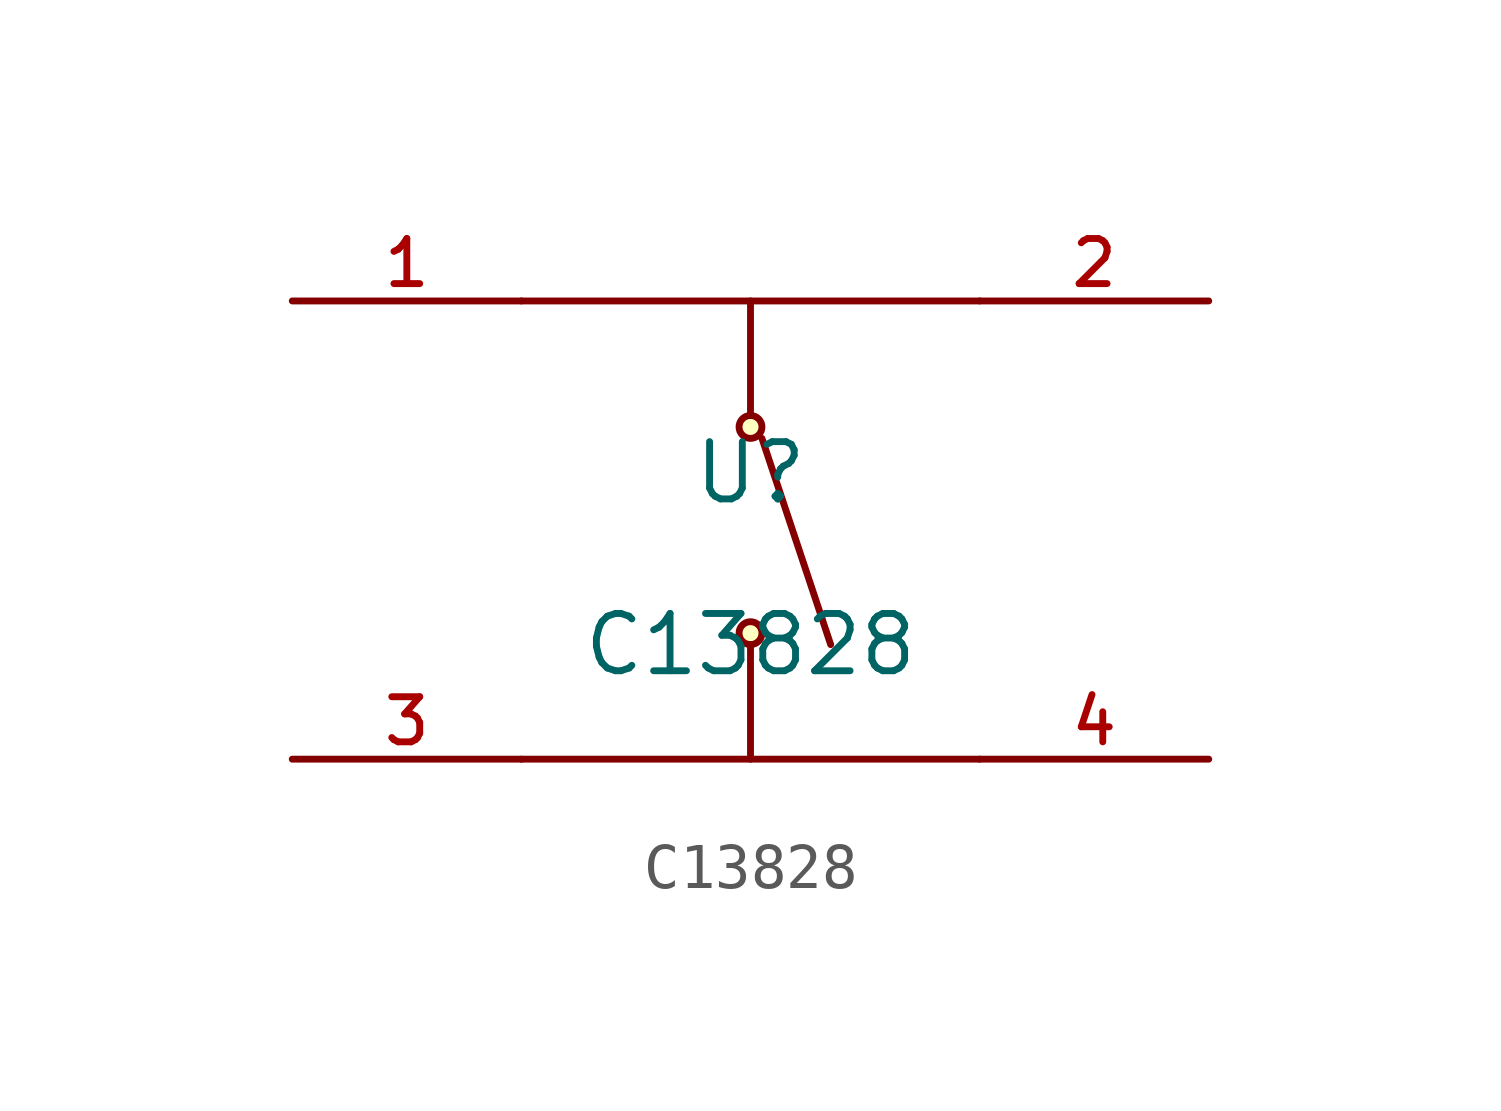
<source format=kicad_sym>
(kicad_symbol_lib
  (version 20210201)
  (generator TousstNicolas/JLC2KiCad_lib)
  (symbol "C13828"
    (pin_names hide)
    (property "Reference" "U"
      (at 0 1.27 0)
      (effects (font (size 1.27 1.27))))
    (property "Value" "C13828"
      (at 0 -2.54 0)
      (effects (font (size 1.27 1.27))))
    (symbol "C13828_0_1"
      (polyline (pts (xy 0.254 2.032) (xy 1.778 -2.54)) (stroke (width 0) (type default) (color 0 0 0 0)) (fill (type none)))
      (circle (center 0.0 2.286) (radius 0.254) (stroke (width 0) (type default) (color 0 0 0 0)) (fill (type background)))
      (circle (center 0.0 -2.286) (radius 0.254) (stroke (width 0) (type default) (color 0 0 0 0)) (fill (type background)))
      (polyline (pts (xy 0.0 5.08) (xy 0.0 2.54)) (stroke (width 0) (type default) (color 0 0 0 0)) (fill (type none)))
      (polyline (pts (xy 0.0 -5.08) (xy 0.0 -2.54)) (stroke (width 0) (type default) (color 0 0 0 0)) (fill (type none)))
      (polyline (pts (xy -5.08 5.08) (xy 5.08 5.08)) (stroke (width 0) (type default) (color 0 0 0 0)) (fill (type none)))
      (polyline (pts (xy -5.08 -5.08) (xy 5.08 -5.08)) (stroke (width 0) (type default) (color 0 0 0 0)) (fill (type none)))
      (pin unspecified line (at 10.16 5.08 180) (length 5.08) (name "2" (effects (font (size 1 1)))) (number "2" (effects (font (size 1 1)))))
      (pin unspecified line (at -10.16 5.08 0) (length 5.08) (name "1" (effects (font (size 1 1)))) (number "1" (effects (font (size 1 1)))))
      (pin unspecified line (at 10.16 -5.08 180) (length 5.08) (name "4" (effects (font (size 1 1)))) (number "4" (effects (font (size 1 1)))))
      (pin unspecified line (at -10.16 -5.08 0) (length 5.08) (name "3" (effects (font (size 1 1)))) (number "3" (effects (font (size 1 1))))))))
</source>
